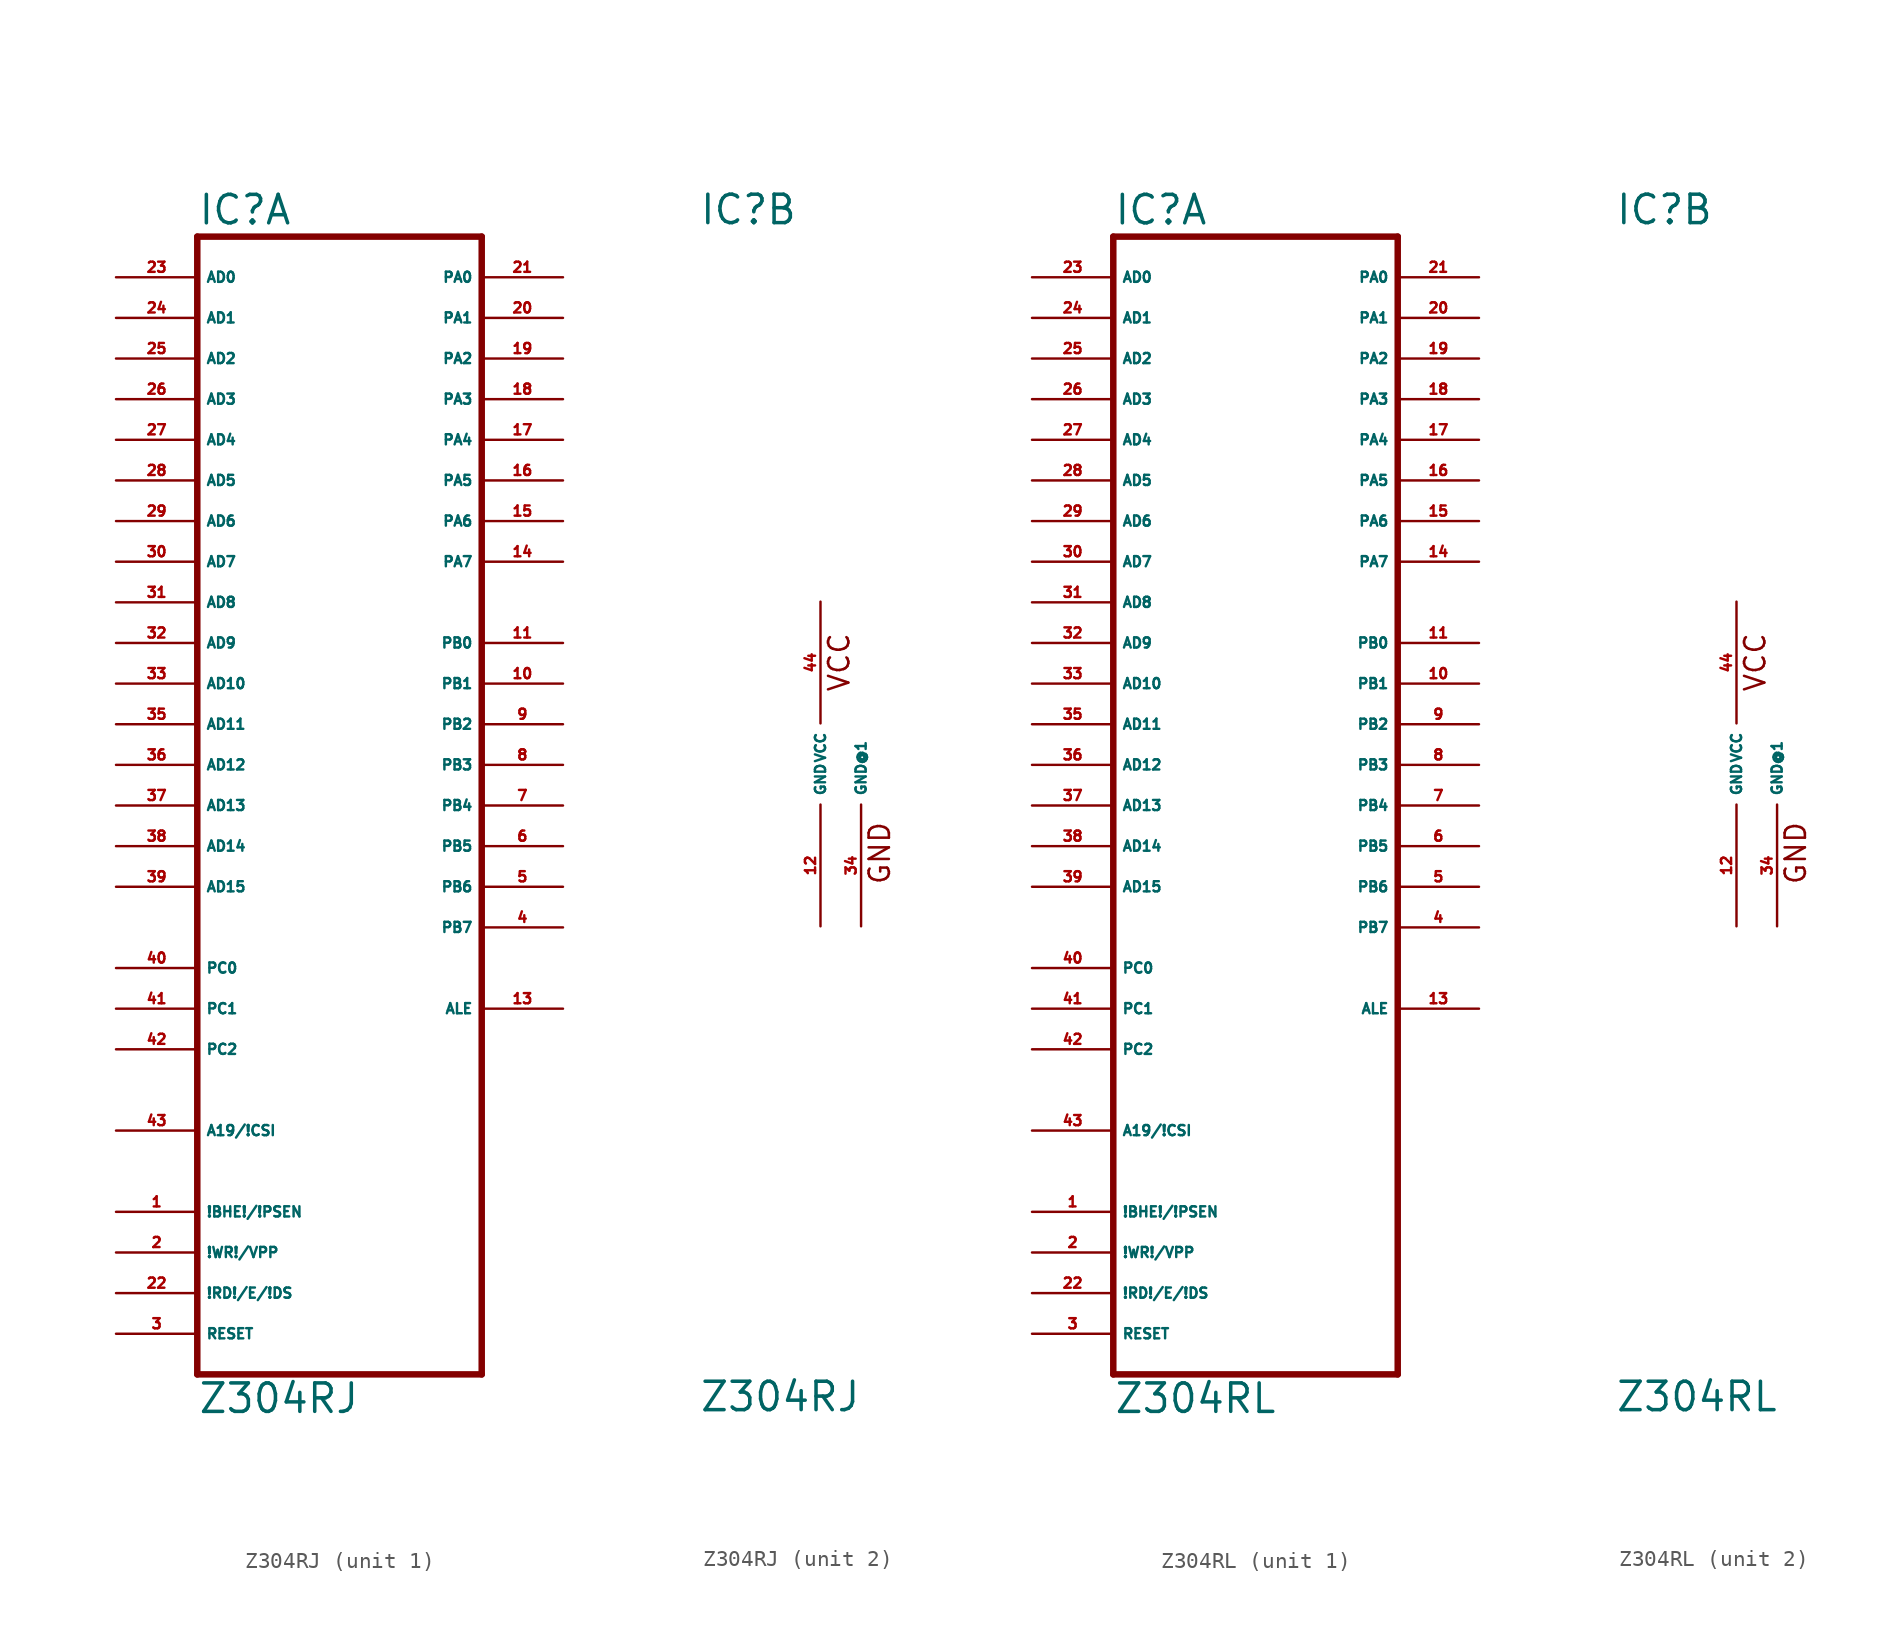
<source format=kicad_sym>
(kicad_symbol_lib
  (version 20220914)
  (generator Eagle2Kicad)
  (symbol "Z304RJ"
    (property "Reference" "IC"
      (at -7.62 33.655 0)
      (effects (font (size 1.778 1.778) (thickness 0.22)) (justify left bottom)))
    (property "Value" "Z304RJ"
      (at -7.62 -40.64 0)
      (effects (font (size 1.778 1.778) (thickness 0.22)) (justify left bottom)))
    (symbol "Z304RJ_1_0"
      (polyline (pts (xy -7.62 -38.1) (xy 10.16 -38.1)) (stroke (width 0.406) (type default)) (fill (type none)))
      (polyline (pts (xy 10.16 -38.1) (xy 10.16 33.02)) (stroke (width 0.406) (type default)) (fill (type none)))
      (polyline (pts (xy 10.16 33.02) (xy -7.62 33.02)) (stroke (width 0.406) (type default)) (fill (type none)))
      (polyline (pts (xy -7.62 33.02) (xy -7.62 -38.1)) (stroke (width 0.406) (type default)) (fill (type none)))
      (pin input line (at -12.7 30.48 0) (length 5.08) (name "AD0" (effects (font (size 0.635 0.635) (thickness 0.08)) (justify left bottom))) (number "23" (effects (font (size 0.635 0.635) (thickness 0.08)) (justify left bottom))))
      (pin input line (at -12.7 27.94 0) (length 5.08) (name "AD1" (effects (font (size 0.635 0.635) (thickness 0.08)) (justify left bottom))) (number "24" (effects (font (size 0.635 0.635) (thickness 0.08)) (justify left bottom))))
      (pin input line (at -12.7 25.4 0) (length 5.08) (name "AD2" (effects (font (size 0.635 0.635) (thickness 0.08)) (justify left bottom))) (number "25" (effects (font (size 0.635 0.635) (thickness 0.08)) (justify left bottom))))
      (pin input line (at -12.7 22.86 0) (length 5.08) (name "AD3" (effects (font (size 0.635 0.635) (thickness 0.08)) (justify left bottom))) (number "26" (effects (font (size 0.635 0.635) (thickness 0.08)) (justify left bottom))))
      (pin input line (at -12.7 20.32 0) (length 5.08) (name "AD4" (effects (font (size 0.635 0.635) (thickness 0.08)) (justify left bottom))) (number "27" (effects (font (size 0.635 0.635) (thickness 0.08)) (justify left bottom))))
      (pin input line (at -12.7 17.78 0) (length 5.08) (name "AD5" (effects (font (size 0.635 0.635) (thickness 0.08)) (justify left bottom))) (number "28" (effects (font (size 0.635 0.635) (thickness 0.08)) (justify left bottom))))
      (pin input line (at -12.7 15.24 0) (length 5.08) (name "AD6" (effects (font (size 0.635 0.635) (thickness 0.08)) (justify left bottom))) (number "29" (effects (font (size 0.635 0.635) (thickness 0.08)) (justify left bottom))))
      (pin input line (at -12.7 12.7 0) (length 5.08) (name "AD7" (effects (font (size 0.635 0.635) (thickness 0.08)) (justify left bottom))) (number "30" (effects (font (size 0.635 0.635) (thickness 0.08)) (justify left bottom))))
      (pin input line (at -12.7 10.16 0) (length 5.08) (name "AD8" (effects (font (size 0.635 0.635) (thickness 0.08)) (justify left bottom))) (number "31" (effects (font (size 0.635 0.635) (thickness 0.08)) (justify left bottom))))
      (pin input line (at -12.7 7.62 0) (length 5.08) (name "AD9" (effects (font (size 0.635 0.635) (thickness 0.08)) (justify left bottom))) (number "32" (effects (font (size 0.635 0.635) (thickness 0.08)) (justify left bottom))))
      (pin input line (at -12.7 5.08 0) (length 5.08) (name "AD10" (effects (font (size 0.635 0.635) (thickness 0.08)) (justify left bottom))) (number "33" (effects (font (size 0.635 0.635) (thickness 0.08)) (justify left bottom))))
      (pin input line (at -12.7 2.54 0) (length 5.08) (name "AD11" (effects (font (size 0.635 0.635) (thickness 0.08)) (justify left bottom))) (number "35" (effects (font (size 0.635 0.635) (thickness 0.08)) (justify left bottom))))
      (pin input line (at -12.7 0 0) (length 5.08) (name "AD12" (effects (font (size 0.635 0.635) (thickness 0.08)) (justify left bottom))) (number "36" (effects (font (size 0.635 0.635) (thickness 0.08)) (justify left bottom))))
      (pin input line (at -12.7 -2.54 0) (length 5.08) (name "AD13" (effects (font (size 0.635 0.635) (thickness 0.08)) (justify left bottom))) (number "37" (effects (font (size 0.635 0.635) (thickness 0.08)) (justify left bottom))))
      (pin input line (at -12.7 -5.08 0) (length 5.08) (name "AD14" (effects (font (size 0.635 0.635) (thickness 0.08)) (justify left bottom))) (number "38" (effects (font (size 0.635 0.635) (thickness 0.08)) (justify left bottom))))
      (pin input line (at -12.7 -7.62 0) (length 5.08) (name "AD15" (effects (font (size 0.635 0.635) (thickness 0.08)) (justify left bottom))) (number "39" (effects (font (size 0.635 0.635) (thickness 0.08)) (justify left bottom))))
      (pin input line (at -12.7 -12.7 0) (length 5.08) (name "PC0" (effects (font (size 0.635 0.635) (thickness 0.08)) (justify left bottom))) (number "40" (effects (font (size 0.635 0.635) (thickness 0.08)) (justify left bottom))))
      (pin input line (at -12.7 -15.24 0) (length 5.08) (name "PC1" (effects (font (size 0.635 0.635) (thickness 0.08)) (justify left bottom))) (number "41" (effects (font (size 0.635 0.635) (thickness 0.08)) (justify left bottom))))
      (pin input line (at -12.7 -17.78 0) (length 5.08) (name "PC2" (effects (font (size 0.635 0.635) (thickness 0.08)) (justify left bottom))) (number "42" (effects (font (size 0.635 0.635) (thickness 0.08)) (justify left bottom))))
      (pin input line (at -12.7 -22.86 0) (length 5.08) (name "A19/!CSI" (effects (font (size 0.635 0.635) (thickness 0.08)) (justify left bottom))) (number "43" (effects (font (size 0.635 0.635) (thickness 0.08)) (justify left bottom))))
      (pin bidirectional line (at 15.24 30.48 180) (length 5.08) (name "PA0" (effects (font (size 0.635 0.635) (thickness 0.08)) (justify left bottom))) (number "21" (effects (font (size 0.635 0.635) (thickness 0.08)) (justify left bottom))))
      (pin bidirectional line (at 15.24 27.94 180) (length 5.08) (name "PA1" (effects (font (size 0.635 0.635) (thickness 0.08)) (justify left bottom))) (number "20" (effects (font (size 0.635 0.635) (thickness 0.08)) (justify left bottom))))
      (pin bidirectional line (at 15.24 25.4 180) (length 5.08) (name "PA2" (effects (font (size 0.635 0.635) (thickness 0.08)) (justify left bottom))) (number "19" (effects (font (size 0.635 0.635) (thickness 0.08)) (justify left bottom))))
      (pin bidirectional line (at 15.24 22.86 180) (length 5.08) (name "PA3" (effects (font (size 0.635 0.635) (thickness 0.08)) (justify left bottom))) (number "18" (effects (font (size 0.635 0.635) (thickness 0.08)) (justify left bottom))))
      (pin bidirectional line (at 15.24 20.32 180) (length 5.08) (name "PA4" (effects (font (size 0.635 0.635) (thickness 0.08)) (justify left bottom))) (number "17" (effects (font (size 0.635 0.635) (thickness 0.08)) (justify left bottom))))
      (pin bidirectional line (at 15.24 17.78 180) (length 5.08) (name "PA5" (effects (font (size 0.635 0.635) (thickness 0.08)) (justify left bottom))) (number "16" (effects (font (size 0.635 0.635) (thickness 0.08)) (justify left bottom))))
      (pin bidirectional line (at 15.24 15.24 180) (length 5.08) (name "PA6" (effects (font (size 0.635 0.635) (thickness 0.08)) (justify left bottom))) (number "15" (effects (font (size 0.635 0.635) (thickness 0.08)) (justify left bottom))))
      (pin bidirectional line (at 15.24 12.7 180) (length 5.08) (name "PA7" (effects (font (size 0.635 0.635) (thickness 0.08)) (justify left bottom))) (number "14" (effects (font (size 0.635 0.635) (thickness 0.08)) (justify left bottom))))
      (pin output line (at 15.24 7.62 180) (length 5.08) (name "PB0" (effects (font (size 0.635 0.635) (thickness 0.08)) (justify left bottom))) (number "11" (effects (font (size 0.635 0.635) (thickness 0.08)) (justify left bottom))))
      (pin output line (at 15.24 5.08 180) (length 5.08) (name "PB1" (effects (font (size 0.635 0.635) (thickness 0.08)) (justify left bottom))) (number "10" (effects (font (size 0.635 0.635) (thickness 0.08)) (justify left bottom))))
      (pin output line (at 15.24 2.54 180) (length 5.08) (name "PB2" (effects (font (size 0.635 0.635) (thickness 0.08)) (justify left bottom))) (number "9" (effects (font (size 0.635 0.635) (thickness 0.08)) (justify left bottom))))
      (pin output line (at 15.24 0 180) (length 5.08) (name "PB3" (effects (font (size 0.635 0.635) (thickness 0.08)) (justify left bottom))) (number "8" (effects (font (size 0.635 0.635) (thickness 0.08)) (justify left bottom))))
      (pin output line (at 15.24 -2.54 180) (length 5.08) (name "PB4" (effects (font (size 0.635 0.635) (thickness 0.08)) (justify left bottom))) (number "7" (effects (font (size 0.635 0.635) (thickness 0.08)) (justify left bottom))))
      (pin output line (at 15.24 -5.08 180) (length 5.08) (name "PB5" (effects (font (size 0.635 0.635) (thickness 0.08)) (justify left bottom))) (number "6" (effects (font (size 0.635 0.635) (thickness 0.08)) (justify left bottom))))
      (pin output line (at 15.24 -7.62 180) (length 5.08) (name "PB6" (effects (font (size 0.635 0.635) (thickness 0.08)) (justify left bottom))) (number "5" (effects (font (size 0.635 0.635) (thickness 0.08)) (justify left bottom))))
      (pin output line (at 15.24 -10.16 180) (length 5.08) (name "PB7" (effects (font (size 0.635 0.635) (thickness 0.08)) (justify left bottom))) (number "4" (effects (font (size 0.635 0.635) (thickness 0.08)) (justify left bottom))))
      (pin output line (at 15.24 -15.24 180) (length 5.08) (name "ALE" (effects (font (size 0.635 0.635) (thickness 0.08)) (justify left bottom))) (number "13" (effects (font (size 0.635 0.635) (thickness 0.08)) (justify left bottom))))
      (pin input line (at -12.7 -27.94 0) (length 5.08) (name "!BHE!/!PSEN" (effects (font (size 0.635 0.635) (thickness 0.08)) (justify left bottom))) (number "1" (effects (font (size 0.635 0.635) (thickness 0.08)) (justify left bottom))))
      (pin input line (at -12.7 -30.48 0) (length 5.08) (name "!WR!/VPP" (effects (font (size 0.635 0.635) (thickness 0.08)) (justify left bottom))) (number "2" (effects (font (size 0.635 0.635) (thickness 0.08)) (justify left bottom))))
      (pin input line (at -12.7 -33.02 0) (length 5.08) (name "!RD!/E/!DS" (effects (font (size 0.635 0.635) (thickness 0.08)) (justify left bottom))) (number "22" (effects (font (size 0.635 0.635) (thickness 0.08)) (justify left bottom))))
      (pin input line (at -12.7 -35.56 0) (length 5.08) (name "RESET" (effects (font (size 0.635 0.635) (thickness 0.08)) (justify left bottom))) (number "3" (effects (font (size 0.635 0.635) (thickness 0.08)) (justify left bottom)))))
    (symbol "Z304RJ_2_0"
      (text "VCC" (at 1.905 4.445 900) (effects (font (size 1.27 1.27) (thickness 0.16)) (justify left bottom)))
      (text "GND" (at 4.445 -7.62 900) (effects (font (size 1.27 1.27) (thickness 0.16)) (justify left bottom)))
      (pin unspecified line (at 0 10.16 270) (length 7.62) (name "VCC" (effects (font (size 0.635 0.635) (thickness 0.08)) (justify left bottom))) (number "44" (effects (font (size 0.635 0.635) (thickness 0.08)) (justify left bottom))))
      (pin unspecified line (at 0 -10.16 90) (length 7.62) (name "GND" (effects (font (size 0.635 0.635) (thickness 0.08)) (justify left bottom))) (number "12" (effects (font (size 0.635 0.635) (thickness 0.08)) (justify left bottom))))
      (pin unspecified line (at 2.54 -10.16 90) (length 7.62) (name "GND@1" (effects (font (size 0.635 0.635) (thickness 0.08)) (justify left bottom))) (number "34" (effects (font (size 0.635 0.635) (thickness 0.08)) (justify left bottom))))))
  (symbol "Z304RL"
    (property "Reference" "IC"
      (at -7.62 33.655 0)
      (effects (font (size 1.778 1.778) (thickness 0.22)) (justify left bottom)))
    (property "Value" "Z304RL"
      (at -7.62 -40.64 0)
      (effects (font (size 1.778 1.778) (thickness 0.22)) (justify left bottom)))
    (symbol "Z304RL_1_0"
      (polyline (pts (xy -7.62 -38.1) (xy 10.16 -38.1)) (stroke (width 0.406) (type default)) (fill (type none)))
      (polyline (pts (xy 10.16 -38.1) (xy 10.16 33.02)) (stroke (width 0.406) (type default)) (fill (type none)))
      (polyline (pts (xy 10.16 33.02) (xy -7.62 33.02)) (stroke (width 0.406) (type default)) (fill (type none)))
      (polyline (pts (xy -7.62 33.02) (xy -7.62 -38.1)) (stroke (width 0.406) (type default)) (fill (type none)))
      (pin input line (at -12.7 30.48 0) (length 5.08) (name "AD0" (effects (font (size 0.635 0.635) (thickness 0.08)) (justify left bottom))) (number "23" (effects (font (size 0.635 0.635) (thickness 0.08)) (justify left bottom))))
      (pin input line (at -12.7 27.94 0) (length 5.08) (name "AD1" (effects (font (size 0.635 0.635) (thickness 0.08)) (justify left bottom))) (number "24" (effects (font (size 0.635 0.635) (thickness 0.08)) (justify left bottom))))
      (pin input line (at -12.7 25.4 0) (length 5.08) (name "AD2" (effects (font (size 0.635 0.635) (thickness 0.08)) (justify left bottom))) (number "25" (effects (font (size 0.635 0.635) (thickness 0.08)) (justify left bottom))))
      (pin input line (at -12.7 22.86 0) (length 5.08) (name "AD3" (effects (font (size 0.635 0.635) (thickness 0.08)) (justify left bottom))) (number "26" (effects (font (size 0.635 0.635) (thickness 0.08)) (justify left bottom))))
      (pin input line (at -12.7 20.32 0) (length 5.08) (name "AD4" (effects (font (size 0.635 0.635) (thickness 0.08)) (justify left bottom))) (number "27" (effects (font (size 0.635 0.635) (thickness 0.08)) (justify left bottom))))
      (pin input line (at -12.7 17.78 0) (length 5.08) (name "AD5" (effects (font (size 0.635 0.635) (thickness 0.08)) (justify left bottom))) (number "28" (effects (font (size 0.635 0.635) (thickness 0.08)) (justify left bottom))))
      (pin input line (at -12.7 15.24 0) (length 5.08) (name "AD6" (effects (font (size 0.635 0.635) (thickness 0.08)) (justify left bottom))) (number "29" (effects (font (size 0.635 0.635) (thickness 0.08)) (justify left bottom))))
      (pin input line (at -12.7 12.7 0) (length 5.08) (name "AD7" (effects (font (size 0.635 0.635) (thickness 0.08)) (justify left bottom))) (number "30" (effects (font (size 0.635 0.635) (thickness 0.08)) (justify left bottom))))
      (pin input line (at -12.7 10.16 0) (length 5.08) (name "AD8" (effects (font (size 0.635 0.635) (thickness 0.08)) (justify left bottom))) (number "31" (effects (font (size 0.635 0.635) (thickness 0.08)) (justify left bottom))))
      (pin input line (at -12.7 7.62 0) (length 5.08) (name "AD9" (effects (font (size 0.635 0.635) (thickness 0.08)) (justify left bottom))) (number "32" (effects (font (size 0.635 0.635) (thickness 0.08)) (justify left bottom))))
      (pin input line (at -12.7 5.08 0) (length 5.08) (name "AD10" (effects (font (size 0.635 0.635) (thickness 0.08)) (justify left bottom))) (number "33" (effects (font (size 0.635 0.635) (thickness 0.08)) (justify left bottom))))
      (pin input line (at -12.7 2.54 0) (length 5.08) (name "AD11" (effects (font (size 0.635 0.635) (thickness 0.08)) (justify left bottom))) (number "35" (effects (font (size 0.635 0.635) (thickness 0.08)) (justify left bottom))))
      (pin input line (at -12.7 0 0) (length 5.08) (name "AD12" (effects (font (size 0.635 0.635) (thickness 0.08)) (justify left bottom))) (number "36" (effects (font (size 0.635 0.635) (thickness 0.08)) (justify left bottom))))
      (pin input line (at -12.7 -2.54 0) (length 5.08) (name "AD13" (effects (font (size 0.635 0.635) (thickness 0.08)) (justify left bottom))) (number "37" (effects (font (size 0.635 0.635) (thickness 0.08)) (justify left bottom))))
      (pin input line (at -12.7 -5.08 0) (length 5.08) (name "AD14" (effects (font (size 0.635 0.635) (thickness 0.08)) (justify left bottom))) (number "38" (effects (font (size 0.635 0.635) (thickness 0.08)) (justify left bottom))))
      (pin input line (at -12.7 -7.62 0) (length 5.08) (name "AD15" (effects (font (size 0.635 0.635) (thickness 0.08)) (justify left bottom))) (number "39" (effects (font (size 0.635 0.635) (thickness 0.08)) (justify left bottom))))
      (pin input line (at -12.7 -12.7 0) (length 5.08) (name "PC0" (effects (font (size 0.635 0.635) (thickness 0.08)) (justify left bottom))) (number "40" (effects (font (size 0.635 0.635) (thickness 0.08)) (justify left bottom))))
      (pin input line (at -12.7 -15.24 0) (length 5.08) (name "PC1" (effects (font (size 0.635 0.635) (thickness 0.08)) (justify left bottom))) (number "41" (effects (font (size 0.635 0.635) (thickness 0.08)) (justify left bottom))))
      (pin input line (at -12.7 -17.78 0) (length 5.08) (name "PC2" (effects (font (size 0.635 0.635) (thickness 0.08)) (justify left bottom))) (number "42" (effects (font (size 0.635 0.635) (thickness 0.08)) (justify left bottom))))
      (pin input line (at -12.7 -22.86 0) (length 5.08) (name "A19/!CSI" (effects (font (size 0.635 0.635) (thickness 0.08)) (justify left bottom))) (number "43" (effects (font (size 0.635 0.635) (thickness 0.08)) (justify left bottom))))
      (pin bidirectional line (at 15.24 30.48 180) (length 5.08) (name "PA0" (effects (font (size 0.635 0.635) (thickness 0.08)) (justify left bottom))) (number "21" (effects (font (size 0.635 0.635) (thickness 0.08)) (justify left bottom))))
      (pin bidirectional line (at 15.24 27.94 180) (length 5.08) (name "PA1" (effects (font (size 0.635 0.635) (thickness 0.08)) (justify left bottom))) (number "20" (effects (font (size 0.635 0.635) (thickness 0.08)) (justify left bottom))))
      (pin bidirectional line (at 15.24 25.4 180) (length 5.08) (name "PA2" (effects (font (size 0.635 0.635) (thickness 0.08)) (justify left bottom))) (number "19" (effects (font (size 0.635 0.635) (thickness 0.08)) (justify left bottom))))
      (pin bidirectional line (at 15.24 22.86 180) (length 5.08) (name "PA3" (effects (font (size 0.635 0.635) (thickness 0.08)) (justify left bottom))) (number "18" (effects (font (size 0.635 0.635) (thickness 0.08)) (justify left bottom))))
      (pin bidirectional line (at 15.24 20.32 180) (length 5.08) (name "PA4" (effects (font (size 0.635 0.635) (thickness 0.08)) (justify left bottom))) (number "17" (effects (font (size 0.635 0.635) (thickness 0.08)) (justify left bottom))))
      (pin bidirectional line (at 15.24 17.78 180) (length 5.08) (name "PA5" (effects (font (size 0.635 0.635) (thickness 0.08)) (justify left bottom))) (number "16" (effects (font (size 0.635 0.635) (thickness 0.08)) (justify left bottom))))
      (pin bidirectional line (at 15.24 15.24 180) (length 5.08) (name "PA6" (effects (font (size 0.635 0.635) (thickness 0.08)) (justify left bottom))) (number "15" (effects (font (size 0.635 0.635) (thickness 0.08)) (justify left bottom))))
      (pin bidirectional line (at 15.24 12.7 180) (length 5.08) (name "PA7" (effects (font (size 0.635 0.635) (thickness 0.08)) (justify left bottom))) (number "14" (effects (font (size 0.635 0.635) (thickness 0.08)) (justify left bottom))))
      (pin output line (at 15.24 7.62 180) (length 5.08) (name "PB0" (effects (font (size 0.635 0.635) (thickness 0.08)) (justify left bottom))) (number "11" (effects (font (size 0.635 0.635) (thickness 0.08)) (justify left bottom))))
      (pin output line (at 15.24 5.08 180) (length 5.08) (name "PB1" (effects (font (size 0.635 0.635) (thickness 0.08)) (justify left bottom))) (number "10" (effects (font (size 0.635 0.635) (thickness 0.08)) (justify left bottom))))
      (pin output line (at 15.24 2.54 180) (length 5.08) (name "PB2" (effects (font (size 0.635 0.635) (thickness 0.08)) (justify left bottom))) (number "9" (effects (font (size 0.635 0.635) (thickness 0.08)) (justify left bottom))))
      (pin output line (at 15.24 0 180) (length 5.08) (name "PB3" (effects (font (size 0.635 0.635) (thickness 0.08)) (justify left bottom))) (number "8" (effects (font (size 0.635 0.635) (thickness 0.08)) (justify left bottom))))
      (pin output line (at 15.24 -2.54 180) (length 5.08) (name "PB4" (effects (font (size 0.635 0.635) (thickness 0.08)) (justify left bottom))) (number "7" (effects (font (size 0.635 0.635) (thickness 0.08)) (justify left bottom))))
      (pin output line (at 15.24 -5.08 180) (length 5.08) (name "PB5" (effects (font (size 0.635 0.635) (thickness 0.08)) (justify left bottom))) (number "6" (effects (font (size 0.635 0.635) (thickness 0.08)) (justify left bottom))))
      (pin output line (at 15.24 -7.62 180) (length 5.08) (name "PB6" (effects (font (size 0.635 0.635) (thickness 0.08)) (justify left bottom))) (number "5" (effects (font (size 0.635 0.635) (thickness 0.08)) (justify left bottom))))
      (pin output line (at 15.24 -10.16 180) (length 5.08) (name "PB7" (effects (font (size 0.635 0.635) (thickness 0.08)) (justify left bottom))) (number "4" (effects (font (size 0.635 0.635) (thickness 0.08)) (justify left bottom))))
      (pin output line (at 15.24 -15.24 180) (length 5.08) (name "ALE" (effects (font (size 0.635 0.635) (thickness 0.08)) (justify left bottom))) (number "13" (effects (font (size 0.635 0.635) (thickness 0.08)) (justify left bottom))))
      (pin input line (at -12.7 -27.94 0) (length 5.08) (name "!BHE!/!PSEN" (effects (font (size 0.635 0.635) (thickness 0.08)) (justify left bottom))) (number "1" (effects (font (size 0.635 0.635) (thickness 0.08)) (justify left bottom))))
      (pin input line (at -12.7 -30.48 0) (length 5.08) (name "!WR!/VPP" (effects (font (size 0.635 0.635) (thickness 0.08)) (justify left bottom))) (number "2" (effects (font (size 0.635 0.635) (thickness 0.08)) (justify left bottom))))
      (pin input line (at -12.7 -33.02 0) (length 5.08) (name "!RD!/E/!DS" (effects (font (size 0.635 0.635) (thickness 0.08)) (justify left bottom))) (number "22" (effects (font (size 0.635 0.635) (thickness 0.08)) (justify left bottom))))
      (pin input line (at -12.7 -35.56 0) (length 5.08) (name "RESET" (effects (font (size 0.635 0.635) (thickness 0.08)) (justify left bottom))) (number "3" (effects (font (size 0.635 0.635) (thickness 0.08)) (justify left bottom)))))
    (symbol "Z304RL_2_0"
      (text "VCC" (at 1.905 4.445 900) (effects (font (size 1.27 1.27) (thickness 0.16)) (justify left bottom)))
      (text "GND" (at 4.445 -7.62 900) (effects (font (size 1.27 1.27) (thickness 0.16)) (justify left bottom)))
      (pin unspecified line (at 0 10.16 270) (length 7.62) (name "VCC" (effects (font (size 0.635 0.635) (thickness 0.08)) (justify left bottom))) (number "44" (effects (font (size 0.635 0.635) (thickness 0.08)) (justify left bottom))))
      (pin unspecified line (at 0 -10.16 90) (length 7.62) (name "GND" (effects (font (size 0.635 0.635) (thickness 0.08)) (justify left bottom))) (number "12" (effects (font (size 0.635 0.635) (thickness 0.08)) (justify left bottom))))
      (pin unspecified line (at 2.54 -10.16 90) (length 7.62) (name "GND@1" (effects (font (size 0.635 0.635) (thickness 0.08)) (justify left bottom))) (number "34" (effects (font (size 0.635 0.635) (thickness 0.08)) (justify left bottom)))))))
</source>
